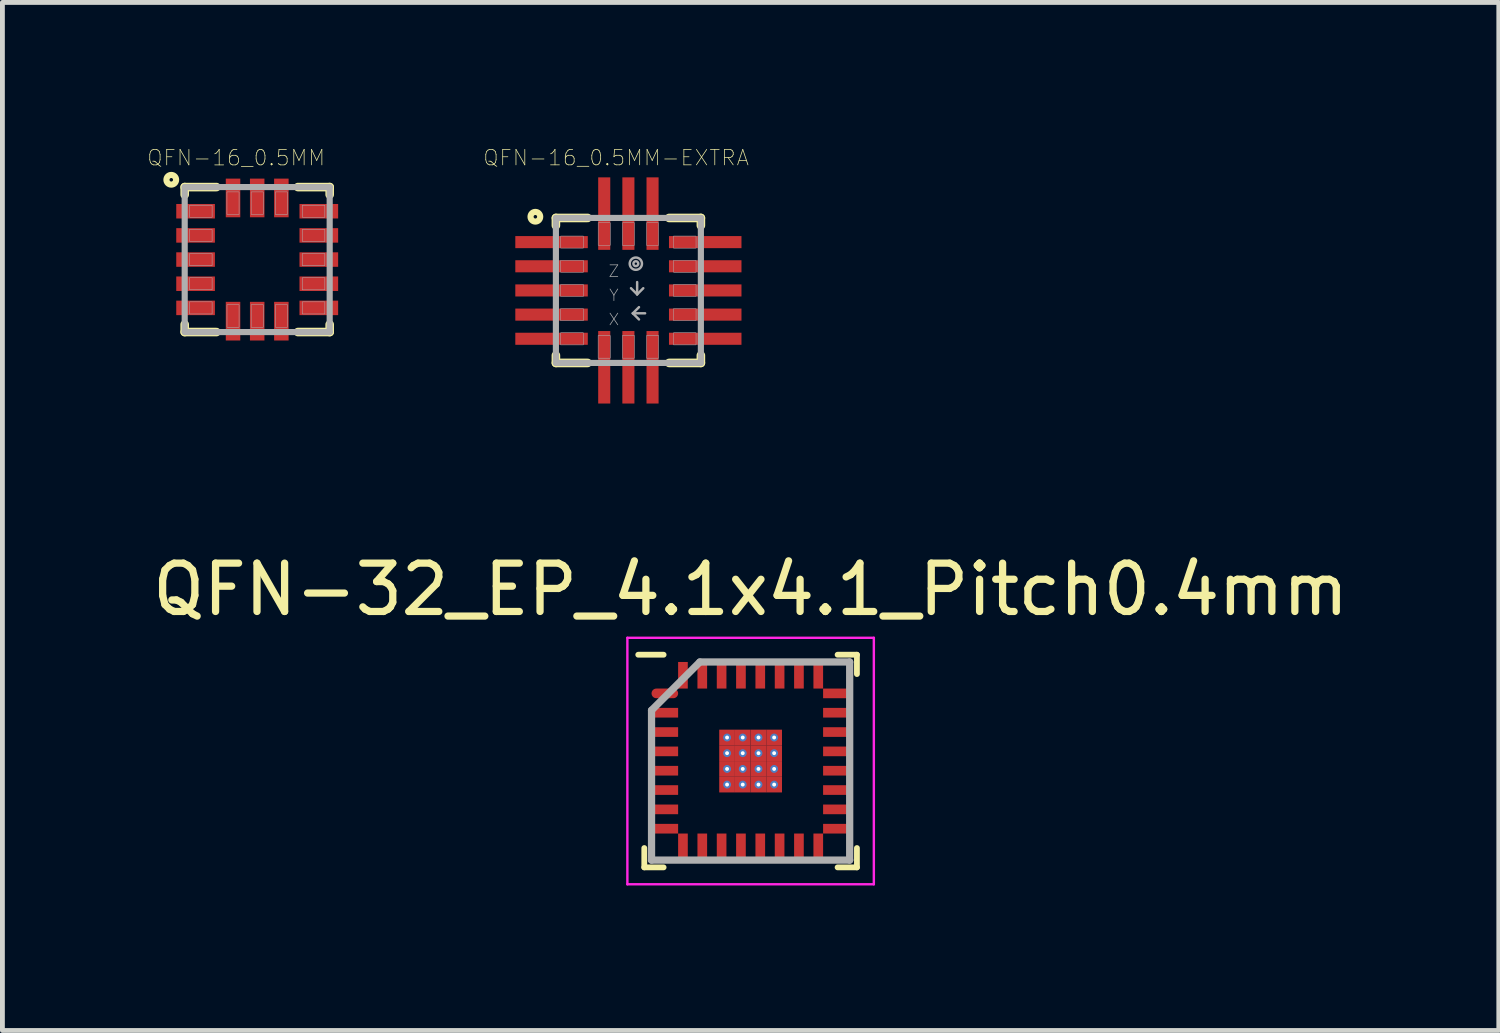
<source format=kicad_pcb>
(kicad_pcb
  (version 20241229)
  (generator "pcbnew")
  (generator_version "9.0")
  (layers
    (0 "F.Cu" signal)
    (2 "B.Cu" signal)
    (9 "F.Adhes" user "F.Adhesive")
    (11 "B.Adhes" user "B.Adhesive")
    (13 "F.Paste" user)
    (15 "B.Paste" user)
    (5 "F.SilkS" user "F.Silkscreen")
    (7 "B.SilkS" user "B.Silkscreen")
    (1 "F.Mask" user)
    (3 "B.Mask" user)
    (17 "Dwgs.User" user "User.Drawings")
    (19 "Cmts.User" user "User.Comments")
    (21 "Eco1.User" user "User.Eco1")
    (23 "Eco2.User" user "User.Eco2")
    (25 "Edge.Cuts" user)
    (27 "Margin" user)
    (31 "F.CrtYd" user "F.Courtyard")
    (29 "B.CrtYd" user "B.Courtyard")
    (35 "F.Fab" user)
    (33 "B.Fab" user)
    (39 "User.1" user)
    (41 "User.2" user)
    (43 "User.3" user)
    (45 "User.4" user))
  (footprint "QFN-16_0.5MM-EXTRA"
    (layer "F.Cu")
    (at 9.953 2.96)
    (property "Reference" "QFN-16_0.5MM-EXTRA" (at -0.254 -2.746 0) (layer "F.SilkS") (effects (font (size 0.32 0.32) (thickness 0.015))))
    (attr through_hole)
    (fp_line (start -1.5 -1.5) (end -0.843 -1.5) (stroke (width 0.178) (type solid)) (layer "F.SilkS"))
    (fp_line (start -1.5 -1.343) (end -1.5 -1.5) (stroke (width 0.178) (type solid)) (layer "F.SilkS"))
    (fp_line (start -1.5 1.343) (end -1.5 1.5) (stroke (width 0.178) (type solid)) (layer "F.SilkS"))
    (fp_line (start -1.5 1.5) (end -0.843 1.5) (stroke (width 0.178) (type solid)) (layer "F.SilkS"))
    (fp_line (start 1.5 -1.5) (end 0.843 -1.5) (stroke (width 0.178) (type solid)) (layer "F.SilkS"))
    (fp_line (start 1.5 -1.343) (end 1.5 -1.5) (stroke (width 0.178) (type solid)) (layer "F.SilkS"))
    (fp_line (start 1.5 1.343) (end 1.5 1.5) (stroke (width 0.178) (type solid)) (layer "F.SilkS"))
    (fp_line (start 1.5 1.5) (end 0.843 1.5) (stroke (width 0.178) (type solid)) (layer "F.SilkS"))
    (fp_circle (center -1.925 -1.525) (end -1.825 -1.525) (stroke (width 0.127) (type solid)) (fill no) (layer "F.SilkS"))
    (fp_line (start -1.5 -1.5) (end 1.5 -1.5) (stroke (width 0.127) (type solid)) (layer "F.Fab"))
    (fp_line (start -1.5 1.5) (end -1.5 -1.5) (stroke (width 0.127) (type solid)) (layer "F.Fab"))
    (fp_line (start 0.092 0.473) (end 0.219 0.346) (stroke (width 0.051) (type solid)) (layer "F.Fab"))
    (fp_line (start 0.092 0.473) (end 0.219 0.6) (stroke (width 0.051) (type solid)) (layer "F.Fab"))
    (fp_line (start 0.181 -0.173) (end 0.181 0.081) (stroke (width 0.051) (type solid)) (layer "F.Fab"))
    (fp_line (start 0.181 0.081) (end 0.054 -0.046) (stroke (width 0.051) (type solid)) (layer "F.Fab"))
    (fp_line (start 0.181 0.081) (end 0.308 -0.046) (stroke (width 0.051) (type solid)) (layer "F.Fab"))
    (fp_line (start 0.346 0.473) (end 0.092 0.473) (stroke (width 0.051) (type solid)) (layer "F.Fab"))
    (fp_line (start 1.5 -1.5) (end 1.5 1.5) (stroke (width 0.127) (type solid)) (layer "F.Fab"))
    (fp_line (start 1.5 1.5) (end -1.5 1.5) (stroke (width 0.127) (type solid)) (layer "F.Fab"))
    (fp_circle (center 0.154 -0.554) (end 0.179 -0.554) (stroke (width 0.051) (type solid)) (fill no) (layer "F.Fab"))
    (fp_circle (center 0.154 -0.554) (end 0.281 -0.554) (stroke (width 0.051) (type solid)) (fill no) (layer "F.Fab"))
    (fp_poly (pts (xy -1.402 0.875) (xy -0.933 0.875) (xy -0.933 1.127) (xy -1.402 1.127)) (stroke (width 0.01) (type solid)) (fill no) (layer "F.Fab"))
    (fp_poly (pts (xy -1.402 0.375) (xy -0.933 0.375) (xy -0.933 0.626) (xy -1.402 0.626)) (stroke (width 0.01) (type solid)) (fill no) (layer "F.Fab"))
    (fp_poly (pts (xy -1.401 -0.125) (xy -0.933 -0.125) (xy -0.933 0.125) (xy -1.401 0.125)) (stroke (width 0.01) (type solid)) (fill no) (layer "F.Fab"))
    (fp_poly (pts (xy -1.401 -1.125) (xy -0.933 -1.125) (xy -0.933 -0.876) (xy -1.401 -0.876)) (stroke (width 0.01) (type solid)) (fill no) (layer "F.Fab"))
    (fp_poly (pts (xy -1.401 -0.625) (xy -0.933 -0.625) (xy -0.933 -0.375) (xy -1.401 -0.375)) (stroke (width 0.01) (type solid)) (fill no) (layer "F.Fab"))
    (fp_poly (pts (xy -0.626 0.933) (xy -0.375 0.933) (xy -0.375 1.402) (xy -0.626 1.402)) (stroke (width 0.01) (type solid)) (fill no) (layer "F.Fab"))
    (fp_poly (pts (xy -0.625 -1.4) (xy -0.375 -1.4) (xy -0.375 -0.934) (xy -0.625 -0.934)) (stroke (width 0.01) (type solid)) (fill no) (layer "F.Fab"))
    (fp_poly (pts (xy -0.125 -1.4) (xy 0.125 -1.4) (xy 0.125 -0.935) (xy -0.125 -0.935)) (stroke (width 0.01) (type solid)) (fill no) (layer "F.Fab"))
    (fp_poly (pts (xy -0.125 0.933) (xy 0.125 0.933) (xy 0.125 1.401) (xy -0.125 1.401)) (stroke (width 0.01) (type solid)) (fill no) (layer "F.Fab"))
    (fp_poly (pts (xy 0.375 -1.4) (xy 0.625 -1.4) (xy 0.625 -0.934) (xy 0.375 -0.934)) (stroke (width 0.01) (type solid)) (fill no) (layer "F.Fab"))
    (fp_poly (pts (xy 0.376 0.933) (xy 0.625 0.933) (xy 0.625 1.402) (xy 0.376 1.402)) (stroke (width 0.01) (type solid)) (fill no) (layer "F.Fab"))
    (fp_poly (pts (xy 0.933 -1.125) (xy 1.4 -1.125) (xy 1.4 -0.875) (xy 0.933 -0.875)) (stroke (width 0.01) (type solid)) (fill no) (layer "F.Fab"))
    (fp_poly (pts (xy 0.934 0.875) (xy 1.4 0.875) (xy 1.4 1.126) (xy 0.934 1.126)) (stroke (width 0.01) (type solid)) (fill no) (layer "F.Fab"))
    (fp_poly (pts (xy 0.935 -0.125) (xy 1.4 -0.125) (xy 1.4 0.125) (xy 0.935 0.125)) (stroke (width 0.01) (type solid)) (fill no) (layer "F.Fab"))
    (fp_poly (pts (xy 0.935 0.375) (xy 1.4 0.375) (xy 1.4 0.626) (xy 0.935 0.626)) (stroke (width 0.01) (type solid)) (fill no) (layer "F.Fab"))
    (fp_poly (pts (xy 0.935 -0.625) (xy 1.4 -0.625) (xy 1.4 -0.376) (xy 0.935 -0.376)) (stroke (width 0.01) (type solid)) (fill no) (layer "F.Fab"))
    (fp_text user "Y" (at -0.3 0.1 0) (layer "F.Fab") (effects (font (size 0.24 0.24) (thickness 0.015))))
    (fp_text user "X" (at -0.3 0.6 0) (layer "F.Fab") (effects (font (size 0.24 0.24) (thickness 0.015))))
    (fp_text user "Z" (at -0.3 -0.4 0) (layer "F.Fab") (effects (font (size 0.24 0.24) (thickness 0.015))))
    (pad "1" smd rect (at -1.59 -1) (size 1.5 0.25) (layers "F.Cu" "F.Mask" "F.Paste"))
    (pad "2" smd rect (at -1.59 -0.5) (size 1.5 0.25) (layers "F.Cu" "F.Mask" "F.Paste"))
    (pad "3" smd rect (at -1.59 0) (size 1.5 0.25) (layers "F.Cu" "F.Mask" "F.Paste"))
    (pad "4" smd rect (at -1.59 0.5) (size 1.5 0.25) (layers "F.Cu" "F.Mask" "F.Paste"))
    (pad "5" smd rect (at -1.59 1) (size 1.5 0.25) (layers "F.Cu" "F.Mask" "F.Paste"))
    (pad "6" smd rect (at -0.5 1.59) (size 0.25 1.5) (layers "F.Cu" "F.Mask" "F.Paste"))
    (pad "7" smd rect (at 0 1.59) (size 0.25 1.5) (layers "F.Cu" "F.Mask" "F.Paste"))
    (pad "8" smd rect (at 0.5 1.59) (size 0.25 1.5) (layers "F.Cu" "F.Mask" "F.Paste"))
    (pad "9" smd rect (at 1.59 1) (size 1.5 0.25) (layers "F.Cu" "F.Mask" "F.Paste"))
    (pad "10" smd rect (at 1.59 0.5) (size 1.5 0.25) (layers "F.Cu" "F.Mask" "F.Paste"))
    (pad "11" smd rect (at 1.59 0) (size 1.5 0.25) (layers "F.Cu" "F.Mask" "F.Paste"))
    (pad "12" smd rect (at 1.59 -0.5) (size 1.5 0.25) (layers "F.Cu" "F.Mask" "F.Paste"))
    (pad "13" smd rect (at 1.59 -1) (size 1.5 0.25) (layers "F.Cu" "F.Mask" "F.Paste"))
    (pad "14" smd rect (at 0.5 -1.59) (size 0.25 1.5) (layers "F.Cu" "F.Mask" "F.Paste"))
    (pad "15" smd rect (at 0 -1.59) (size 0.25 1.5) (layers "F.Cu" "F.Mask" "F.Paste"))
    (pad "16" smd rect (at -0.5 -1.59) (size 0.25 1.5) (layers "F.Cu" "F.Mask" "F.Paste")))
  (footprint "QFN-32_EP_4.1x4.1_Pitch0.4mm"
    (layer "F.Cu")
    (at 12.482 12.698)
    (property "Reference" "QFN-32_EP_4.1x4.1_Pitch0.4mm" (at 0 -3.55 0) (layer "F.SilkS") (effects (font (size 1 1) (thickness 0.15))))
    (attr smd)
    (fp_line (start -2.2 2.2) (end -2.2 1.8) (stroke (width 0.12) (type solid)) (layer "F.SilkS"))
    (fp_line (start -1.8 -2.2) (end -2.325 -2.2) (stroke (width 0.12) (type solid)) (layer "F.SilkS"))
    (fp_line (start -1.8 2.2) (end -2.2 2.2) (stroke (width 0.12) (type solid)) (layer "F.SilkS"))
    (fp_line (start 1.8 -2.2) (end 2.2 -2.2) (stroke (width 0.12) (type solid)) (layer "F.SilkS"))
    (fp_line (start 1.8 2.2) (end 2.2 2.2) (stroke (width 0.12) (type solid)) (layer "F.SilkS"))
    (fp_line (start 2.2 -2.2) (end 2.2 -1.8) (stroke (width 0.12) (type solid)) (layer "F.SilkS"))
    (fp_line (start 2.2 2.2) (end 2.2 1.8) (stroke (width 0.12) (type solid)) (layer "F.SilkS"))
    (fp_line (start -2.55 -2.55) (end 2.55 -2.55) (stroke (width 0.05) (type solid)) (layer "F.CrtYd"))
    (fp_line (start -2.55 2.55) (end -2.55 -2.55) (stroke (width 0.05) (type solid)) (layer "F.CrtYd"))
    (fp_line (start 2.55 -2.55) (end 2.55 2.55) (stroke (width 0.05) (type solid)) (layer "F.CrtYd"))
    (fp_line (start 2.55 2.55) (end -2.55 2.55) (stroke (width 0.05) (type solid)) (layer "F.CrtYd"))
    (fp_line (start -2.05 -1.05) (end -2.05 2.05) (stroke (width 0.15) (type solid)) (layer "F.Fab"))
    (fp_line (start -2.05 2.05) (end 2.05 2.05) (stroke (width 0.15) (type solid)) (layer "F.Fab"))
    (fp_line (start -1.05 -2.05) (end -2.05 -1.05) (stroke (width 0.15) (type solid)) (layer "F.Fab"))
    (fp_line (start 2.05 -2.05) (end -1.05 -2.05) (stroke (width 0.15) (type solid)) (layer "F.Fab"))
    (fp_line (start 2.05 2.05) (end 2.05 -2.05) (stroke (width 0.15) (type solid)) (layer "F.Fab"))
    (pad "1" smd oval (at -1.775 -1.4 90) (size 0.2 0.55) (layers "F.Cu" "F.Mask" "F.Paste"))
    (pad "2" smd rect (at -1.775 -1 90) (size 0.2 0.55) (layers "F.Cu" "F.Mask" "F.Paste"))
    (pad "3" smd rect (at -1.775 -0.6 90) (size 0.2 0.55) (layers "F.Cu" "F.Mask" "F.Paste"))
    (pad "4" smd rect (at -1.775 -0.2 90) (size 0.2 0.55) (layers "F.Cu" "F.Mask" "F.Paste"))
    (pad "5" smd rect (at -1.775 0.2 90) (size 0.2 0.55) (layers "F.Cu" "F.Mask" "F.Paste"))
    (pad "6" smd rect (at -1.775 0.6 90) (size 0.2 0.55) (layers "F.Cu" "F.Mask" "F.Paste"))
    (pad "7" smd rect (at -1.775 1 90) (size 0.2 0.55) (layers "F.Cu" "F.Mask" "F.Paste"))
    (pad "8" smd rect (at -1.775 1.4 90) (size 0.2 0.55) (layers "F.Cu" "F.Mask" "F.Paste"))
    (pad "9" smd rect (at -1.4 1.775) (size 0.2 0.55) (layers "F.Cu" "F.Mask" "F.Paste"))
    (pad "10" smd rect (at -1 1.775) (size 0.2 0.55) (layers "F.Cu" "F.Mask" "F.Paste"))
    (pad "11" smd rect (at -0.6 1.775) (size 0.2 0.55) (layers "F.Cu" "F.Mask" "F.Paste"))
    (pad "12" smd rect (at -0.2 1.775) (size 0.2 0.55) (layers "F.Cu" "F.Mask" "F.Paste"))
    (pad "13" smd rect (at 0.2 1.775) (size 0.2 0.55) (layers "F.Cu" "F.Mask" "F.Paste"))
    (pad "14" smd rect (at 0.6 1.775) (size 0.2 0.55) (layers "F.Cu" "F.Mask" "F.Paste"))
    (pad "15" smd rect (at 1 1.775) (size 0.2 0.55) (layers "F.Cu" "F.Mask" "F.Paste"))
    (pad "16" smd rect (at 1.4 1.775) (size 0.2 0.55) (layers "F.Cu" "F.Mask" "F.Paste"))
    (pad "17" smd rect (at 1.775 1.4 90) (size 0.2 0.55) (layers "F.Cu" "F.Mask" "F.Paste"))
    (pad "18" smd rect (at 1.775 1 90) (size 0.2 0.55) (layers "F.Cu" "F.Mask" "F.Paste"))
    (pad "19" smd rect (at 1.775 0.6 90) (size 0.2 0.55) (layers "F.Cu" "F.Mask" "F.Paste"))
    (pad "20" smd rect (at 1.775 0.2 90) (size 0.2 0.55) (layers "F.Cu" "F.Mask" "F.Paste"))
    (pad "21" smd rect (at 1.775 -0.2 90) (size 0.2 0.55) (layers "F.Cu" "F.Mask" "F.Paste"))
    (pad "22" smd rect (at 1.775 -0.6 90) (size 0.2 0.55) (layers "F.Cu" "F.Mask" "F.Paste"))
    (pad "23" smd rect (at 1.775 -1 90) (size 0.2 0.55) (layers "F.Cu" "F.Mask" "F.Paste"))
    (pad "24" smd rect (at 1.775 -1.4 90) (size 0.2 0.55) (layers "F.Cu" "F.Mask" "F.Paste"))
    (pad "25" smd rect (at 1.4 -1.775) (size 0.2 0.55) (layers "F.Cu" "F.Mask" "F.Paste"))
    (pad "26" smd rect (at 1 -1.775) (size 0.2 0.55) (layers "F.Cu" "F.Mask" "F.Paste"))
    (pad "27" smd rect (at 0.6 -1.775) (size 0.2 0.55) (layers "F.Cu" "F.Mask" "F.Paste"))
    (pad "28" smd rect (at 0.2 -1.775) (size 0.2 0.55) (layers "F.Cu" "F.Mask" "F.Paste"))
    (pad "29" smd rect (at -0.2 -1.775) (size 0.2 0.55) (layers "F.Cu" "F.Mask" "F.Paste"))
    (pad "30" smd rect (at -0.6 -1.775) (size 0.2 0.55) (layers "F.Cu" "F.Mask" "F.Paste"))
    (pad "31" smd rect (at -1 -1.775) (size 0.2 0.55) (layers "F.Cu" "F.Mask" "F.Paste"))
    (pad "32" smd rect (at -1.4 -1.775) (size 0.2 0.55) (layers "F.Cu" "F.Mask" "F.Paste"))
    (pad "33" thru_hole circle (at -0.487 -0.487) (size 0.163 0.163) (drill 0.081) (layers "*.Cu" "*.Mask"))
    (pad "33" smd rect (at -0.487 -0.487) (size 0.325 0.325) (layers "F.Cu" "F.Mask" "F.Paste"))
    (pad "33" thru_hole circle (at -0.487 -0.163) (size 0.163 0.163) (drill 0.081) (layers "*.Cu" "*.Mask"))
    (pad "33" smd rect (at -0.487 -0.163) (size 0.325 0.325) (layers "F.Cu" "F.Mask" "F.Paste"))
    (pad "33" thru_hole circle (at -0.487 0.163) (size 0.163 0.163) (drill 0.081) (layers "*.Cu" "*.Mask"))
    (pad "33" smd rect (at -0.487 0.163) (size 0.325 0.325) (layers "F.Cu" "F.Mask" "F.Paste"))
    (pad "33" thru_hole circle (at -0.487 0.487) (size 0.163 0.163) (drill 0.081) (layers "*.Cu" "*.Mask"))
    (pad "33" smd rect (at -0.487 0.487) (size 0.325 0.325) (layers "F.Cu" "F.Mask" "F.Paste"))
    (pad "33" thru_hole circle (at -0.163 -0.487) (size 0.163 0.163) (drill 0.081) (layers "*.Cu" "*.Mask"))
    (pad "33" smd rect (at -0.163 -0.487) (size 0.325 0.325) (layers "F.Cu" "F.Mask" "F.Paste"))
    (pad "33" thru_hole circle (at -0.163 -0.163) (size 0.163 0.163) (drill 0.081) (layers "*.Cu" "*.Mask"))
    (pad "33" smd rect (at -0.163 -0.163) (size 0.325 0.325) (layers "F.Cu" "F.Mask" "F.Paste"))
    (pad "33" thru_hole circle (at -0.163 0.163) (size 0.163 0.163) (drill 0.081) (layers "*.Cu" "*.Mask"))
    (pad "33" smd rect (at -0.163 0.163) (size 0.325 0.325) (layers "F.Cu" "F.Mask" "F.Paste"))
    (pad "33" thru_hole circle (at -0.163 0.487) (size 0.163 0.163) (drill 0.081) (layers "*.Cu" "*.Mask"))
    (pad "33" smd rect (at -0.163 0.487) (size 0.325 0.325) (layers "F.Cu" "F.Mask" "F.Paste"))
    (pad "33" thru_hole circle (at 0.163 -0.487) (size 0.163 0.163) (drill 0.081) (layers "*.Cu" "*.Mask"))
    (pad "33" smd rect (at 0.163 -0.487) (size 0.325 0.325) (layers "F.Cu" "F.Mask" "F.Paste"))
    (pad "33" thru_hole circle (at 0.163 -0.163) (size 0.163 0.163) (drill 0.081) (layers "*.Cu" "*.Mask"))
    (pad "33" smd rect (at 0.163 -0.163) (size 0.325 0.325) (layers "F.Cu" "F.Mask" "F.Paste"))
    (pad "33" thru_hole circle (at 0.163 0.163) (size 0.163 0.163) (drill 0.081) (layers "*.Cu" "*.Mask"))
    (pad "33" smd rect (at 0.163 0.163) (size 0.325 0.325) (layers "F.Cu" "F.Mask" "F.Paste"))
    (pad "33" thru_hole circle (at 0.163 0.487) (size 0.163 0.163) (drill 0.081) (layers "*.Cu" "*.Mask"))
    (pad "33" smd rect (at 0.163 0.487) (size 0.325 0.325) (layers "F.Cu" "F.Mask" "F.Paste"))
    (pad "33" thru_hole circle (at 0.487 -0.487) (size 0.163 0.163) (drill 0.081) (layers "*.Cu" "*.Mask"))
    (pad "33" smd rect (at 0.487 -0.487) (size 0.325 0.325) (layers "F.Cu" "F.Mask" "F.Paste"))
    (pad "33" thru_hole circle (at 0.487 -0.163) (size 0.163 0.163) (drill 0.081) (layers "*.Cu" "*.Mask"))
    (pad "33" smd rect (at 0.487 -0.163) (size 0.325 0.325) (layers "F.Cu" "F.Mask" "F.Paste"))
    (pad "33" thru_hole circle (at 0.487 0.163) (size 0.163 0.163) (drill 0.081) (layers "*.Cu" "*.Mask"))
    (pad "33" smd rect (at 0.487 0.163) (size 0.325 0.325) (layers "F.Cu" "F.Mask" "F.Paste"))
    (pad "33" thru_hole circle (at 0.487 0.487) (size 0.163 0.163) (drill 0.081) (layers "*.Cu" "*.Mask"))
    (pad "33" smd rect (at 0.487 0.487) (size 0.325 0.325) (layers "F.Cu" "F.Mask" "F.Paste")))
  (footprint "QFN-16_0.5MM"
    (layer "F.Cu")
    (at 2.272 2.321)
    (property "Reference" "QFN-16_0.5MM" (at -0.435 -2.107 0) (layer "F.SilkS") (effects (font (size 0.321 0.321) (thickness 0.015))))
    (attr through_hole)
    (fp_line (start -1.5 -1.5) (end -0.843 -1.5) (stroke (width 0.178) (type solid)) (layer "F.SilkS"))
    (fp_line (start -1.5 -1.343) (end -1.5 -1.5) (stroke (width 0.178) (type solid)) (layer "F.SilkS"))
    (fp_line (start -1.5 1.343) (end -1.5 1.5) (stroke (width 0.178) (type solid)) (layer "F.SilkS"))
    (fp_line (start -1.5 1.5) (end -0.843 1.5) (stroke (width 0.178) (type solid)) (layer "F.SilkS"))
    (fp_line (start 1.5 -1.5) (end 0.843 -1.5) (stroke (width 0.178) (type solid)) (layer "F.SilkS"))
    (fp_line (start 1.5 -1.343) (end 1.5 -1.5) (stroke (width 0.178) (type solid)) (layer "F.SilkS"))
    (fp_line (start 1.5 1.343) (end 1.5 1.5) (stroke (width 0.178) (type solid)) (layer "F.SilkS"))
    (fp_line (start 1.5 1.5) (end 0.843 1.5) (stroke (width 0.178) (type solid)) (layer "F.SilkS"))
    (fp_circle (center -1.778 -1.651) (end -1.678 -1.651) (stroke (width 0.127) (type solid)) (fill no) (layer "F.SilkS"))
    (fp_line (start -1.5 -1.5) (end 1.5 -1.5) (stroke (width 0.127) (type solid)) (layer "F.Fab"))
    (fp_line (start -1.5 1.5) (end -1.5 -1.5) (stroke (width 0.127) (type solid)) (layer "F.Fab"))
    (fp_line (start 1.5 -1.5) (end 1.5 1.5) (stroke (width 0.127) (type solid)) (layer "F.Fab"))
    (fp_line (start 1.5 1.5) (end -1.5 1.5) (stroke (width 0.127) (type solid)) (layer "F.Fab"))
    (fp_poly (pts (xy -1.402 -0.625) (xy -0.933 -0.625) (xy -0.933 -0.376) (xy -1.402 -0.376)) (stroke (width 0.01) (type solid)) (fill no) (layer "F.Fab"))
    (fp_poly (pts (xy -1.401 -0.125) (xy -0.933 -0.125) (xy -0.933 0.125) (xy -1.401 0.125)) (stroke (width 0.01) (type solid)) (fill no) (layer "F.Fab"))
    (fp_poly (pts (xy -1.401 0.875) (xy -0.933 0.875) (xy -0.933 1.126) (xy -1.401 1.126)) (stroke (width 0.01) (type solid)) (fill no) (layer "F.Fab"))
    (fp_poly (pts (xy -1.4 0.375) (xy -0.933 0.375) (xy -0.933 0.625) (xy -1.4 0.625)) (stroke (width 0.01) (type solid)) (fill no) (layer "F.Fab"))
    (fp_poly (pts (xy -1.4 -1.125) (xy -0.933 -1.125) (xy -0.933 -0.875) (xy -1.4 -0.875)) (stroke (width 0.01) (type solid)) (fill no) (layer "F.Fab"))
    (fp_poly (pts (xy -0.626 -1.4) (xy -0.375 -1.4) (xy -0.375 -0.934) (xy -0.626 -0.934)) (stroke (width 0.01) (type solid)) (fill no) (layer "F.Fab"))
    (fp_poly (pts (xy -0.625 0.933) (xy -0.375 0.933) (xy -0.375 1.401) (xy -0.625 1.401)) (stroke (width 0.01) (type solid)) (fill no) (layer "F.Fab"))
    (fp_poly (pts (xy -0.125 0.933) (xy 0.125 0.933) (xy 0.125 1.403) (xy -0.125 1.403)) (stroke (width 0.01) (type solid)) (fill no) (layer "F.Fab"))
    (fp_poly (pts (xy -0.125 -1.4) (xy 0.125 -1.4) (xy 0.125 -0.934) (xy -0.125 -0.934)) (stroke (width 0.01) (type solid)) (fill no) (layer "F.Fab"))
    (fp_poly (pts (xy 0.375 -1.4) (xy 0.625 -1.4) (xy 0.625 -0.933) (xy 0.375 -0.933)) (stroke (width 0.01) (type solid)) (fill no) (layer "F.Fab"))
    (fp_poly (pts (xy 0.376 0.933) (xy 0.625 0.933) (xy 0.625 1.402) (xy 0.376 1.402)) (stroke (width 0.01) (type solid)) (fill no) (layer "F.Fab"))
    (fp_poly (pts (xy 0.933 -0.125) (xy 1.4 -0.125) (xy 1.4 0.125) (xy 0.933 0.125)) (stroke (width 0.01) (type solid)) (fill no) (layer "F.Fab"))
    (fp_poly (pts (xy 0.934 -1.125) (xy 1.4 -1.125) (xy 1.4 -0.875) (xy 0.934 -0.875)) (stroke (width 0.01) (type solid)) (fill no) (layer "F.Fab"))
    (fp_poly (pts (xy 0.934 0.875) (xy 1.4 0.875) (xy 1.4 1.126) (xy 0.934 1.126)) (stroke (width 0.01) (type solid)) (fill no) (layer "F.Fab"))
    (fp_poly (pts (xy 0.934 -0.625) (xy 1.4 -0.625) (xy 1.4 -0.375) (xy 0.934 -0.375)) (stroke (width 0.01) (type solid)) (fill no) (layer "F.Fab"))
    (fp_poly (pts (xy 0.934 0.375) (xy 1.4 0.375) (xy 1.4 0.626) (xy 0.934 0.626)) (stroke (width 0.01) (type solid)) (fill no) (layer "F.Fab"))
    (pad "1" smd rect (at -1.275 -1) (size 0.8 0.3) (layers "F.Cu" "F.Mask" "F.Paste"))
    (pad "2" smd rect (at -1.275 -0.5) (size 0.8 0.3) (layers "F.Cu" "F.Mask" "F.Paste"))
    (pad "3" smd rect (at -1.275 0) (size 0.8 0.3) (layers "F.Cu" "F.Mask" "F.Paste"))
    (pad "4" smd rect (at -1.275 0.5) (size 0.8 0.3) (layers "F.Cu" "F.Mask" "F.Paste"))
    (pad "5" smd rect (at -1.275 1) (size 0.8 0.3) (layers "F.Cu" "F.Mask" "F.Paste"))
    (pad "6" smd rect (at -0.5 1.275) (size 0.3 0.8) (layers "F.Cu" "F.Mask" "F.Paste"))
    (pad "7" smd rect (at 0 1.275) (size 0.3 0.8) (layers "F.Cu" "F.Mask" "F.Paste"))
    (pad "8" smd rect (at 0.5 1.275) (size 0.3 0.8) (layers "F.Cu" "F.Mask" "F.Paste"))
    (pad "9" smd rect (at 1.275 1) (size 0.8 0.3) (layers "F.Cu" "F.Mask" "F.Paste"))
    (pad "10" smd rect (at 1.275 0.5) (size 0.8 0.3) (layers "F.Cu" "F.Mask" "F.Paste"))
    (pad "11" smd rect (at 1.275 0) (size 0.8 0.3) (layers "F.Cu" "F.Mask" "F.Paste"))
    (pad "12" smd rect (at 1.275 -0.5) (size 0.8 0.3) (layers "F.Cu" "F.Mask" "F.Paste"))
    (pad "13" smd rect (at 1.275 -1) (size 0.8 0.3) (layers "F.Cu" "F.Mask" "F.Paste"))
    (pad "14" smd rect (at 0.5 -1.275) (size 0.3 0.8) (layers "F.Cu" "F.Mask" "F.Paste"))
    (pad "15" smd rect (at 0 -1.275) (size 0.3 0.8) (layers "F.Cu" "F.Mask" "F.Paste"))
    (pad "16" smd rect (at -0.5 -1.275) (size 0.3 0.8) (layers "F.Cu" "F.Mask" "F.Paste")))
  (gr_rect
    (start -3 -3)
    (end 27.964 18.273)
    (stroke (width 0.1) (type default))
    (fill no)
    (layer "Edge.Cuts")))
</source>
